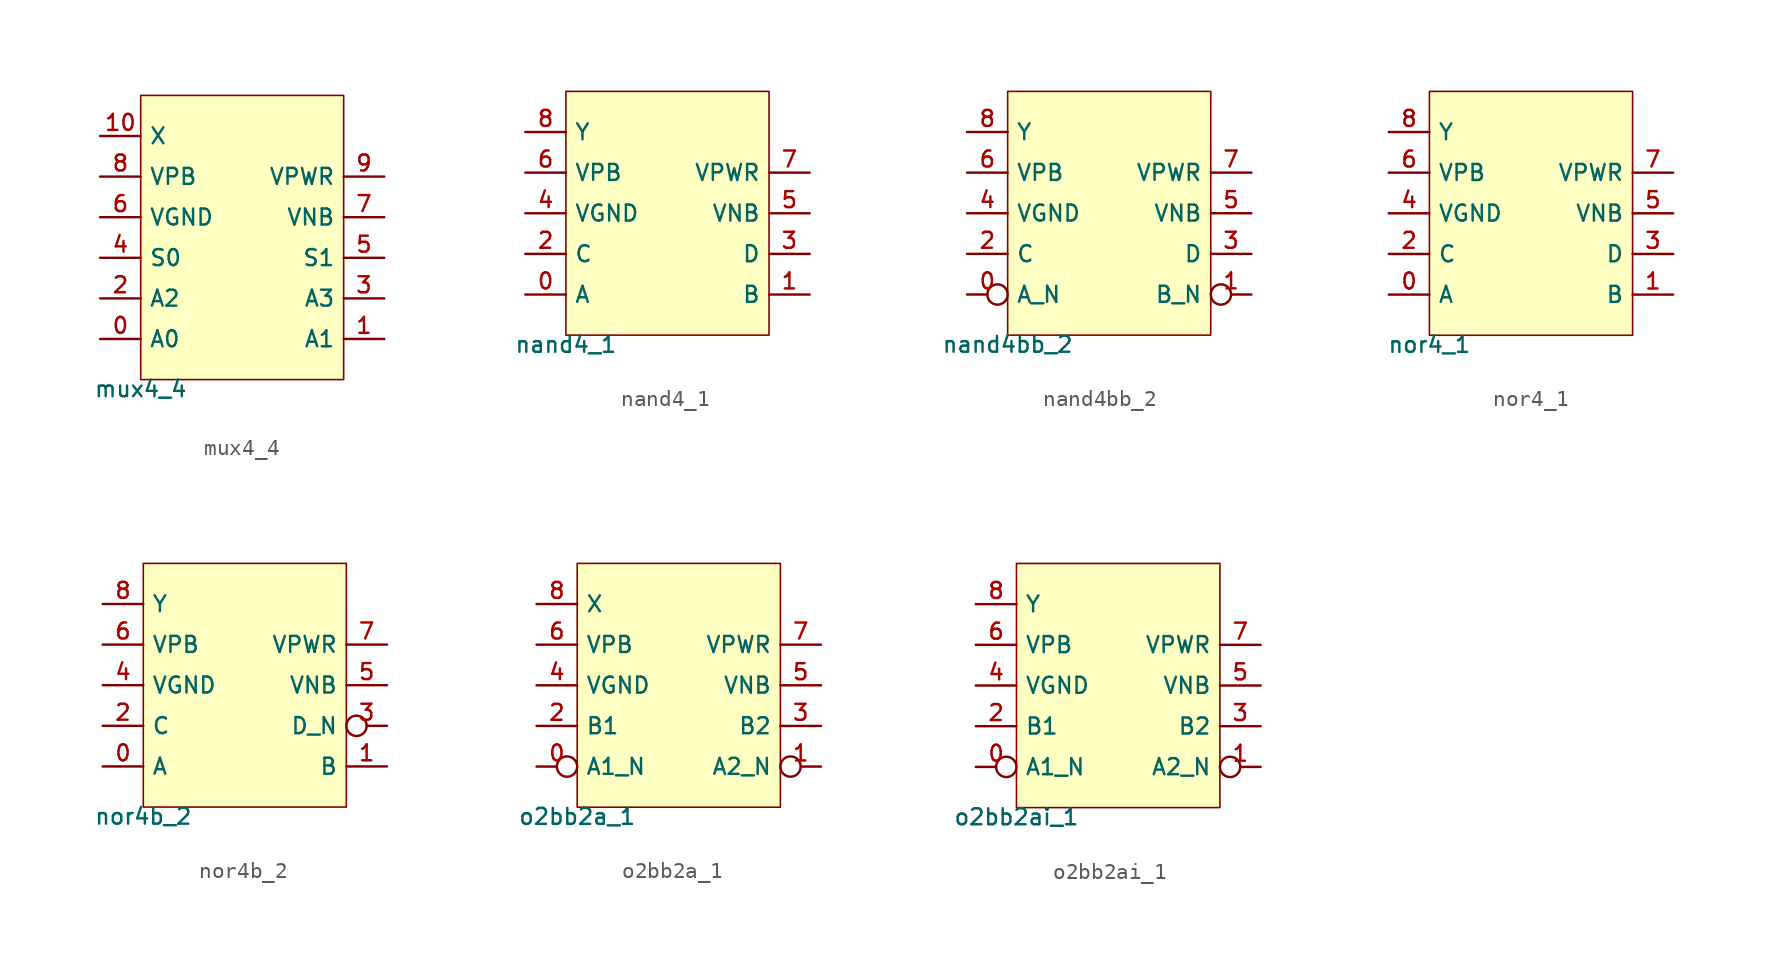
<source format=kicad_sym>
(kicad_symbol_lib
  (version 20211014)
  (generator pdk2kicad)
  (symbol "mux4_4"
    (property "Reference" "X"
      (at 0 0 0)
      (effects (font (size 1 1)) hide))
    (property "Value" "mux4_4"
      (at -6.35 -8.89 0)
      (effects (font (size 1 1)) (justify top)))
    (rectangle
      (start -6.35 -8.89)
      (end 6.35 8.89)
      (stroke (width 0.1) (type solid) (color 0 0 0 0))
      (fill (type background)))
    (pin bidirectional line
      (at -8.89 -6.35 0)
      (length 2.54)
      (name "A0" (effects (font (size 1 1)) hide))
      (number "0" (effects (font (size 1 1)) hide)))
    (pin bidirectional line
      (at 8.89 -6.35 180)
      (length 2.54)
      (name "A1" (effects (font (size 1 1)) hide))
      (number "1" (effects (font (size 1 1)) hide)))
    (pin bidirectional line
      (at -8.89 -3.81 0)
      (length 2.54)
      (name "A2" (effects (font (size 1 1)) hide))
      (number "2" (effects (font (size 1 1)) hide)))
    (pin bidirectional line
      (at 8.89 -3.81 180)
      (length 2.54)
      (name "A3" (effects (font (size 1 1)) hide))
      (number "3" (effects (font (size 1 1)) hide)))
    (pin bidirectional line
      (at -8.89 -1.27 0)
      (length 2.54)
      (name "S0" (effects (font (size 1 1)) hide))
      (number "4" (effects (font (size 1 1)) hide)))
    (pin bidirectional line
      (at 8.89 -1.27 180)
      (length 2.54)
      (name "S1" (effects (font (size 1 1)) hide))
      (number "5" (effects (font (size 1 1)) hide)))
    (pin bidirectional line
      (at -8.89 1.27 0)
      (length 2.54)
      (name "VGND" (effects (font (size 1 1)) hide))
      (number "6" (effects (font (size 1 1)) hide)))
    (pin bidirectional line
      (at 8.89 1.27 180)
      (length 2.54)
      (name "VNB" (effects (font (size 1 1)) hide))
      (number "7" (effects (font (size 1 1)) hide)))
    (pin bidirectional line
      (at -8.89 3.81 0)
      (length 2.54)
      (name "VPB" (effects (font (size 1 1)) hide))
      (number "8" (effects (font (size 1 1)) hide)))
    (pin bidirectional line
      (at 8.89 3.81 180)
      (length 2.54)
      (name "VPWR" (effects (font (size 1 1)) hide))
      (number "9" (effects (font (size 1 1)) hide)))
    (pin bidirectional line
      (at -8.89 6.35 0)
      (length 2.54)
      (name "X" (effects (font (size 1 1)) hide))
      (number "10" (effects (font (size 1 1)) hide))))
  (symbol "nand4_1"
    (property "Reference" "X"
      (at 0 0 0)
      (effects (font (size 1 1)) hide))
    (property "Value" "nand4_1"
      (at -6.35 -7.62 0)
      (effects (font (size 1 1)) (justify top)))
    (rectangle
      (start -6.35 -7.62)
      (end 6.35 7.62)
      (stroke (width 0.1) (type solid) (color 0 0 0 0))
      (fill (type background)))
    (pin bidirectional line
      (at -8.89 -5.08 0)
      (length 2.54)
      (name "A" (effects (font (size 1 1)) hide))
      (number "0" (effects (font (size 1 1)) hide)))
    (pin bidirectional line
      (at 8.89 -5.08 180)
      (length 2.54)
      (name "B" (effects (font (size 1 1)) hide))
      (number "1" (effects (font (size 1 1)) hide)))
    (pin bidirectional line
      (at -8.89 -2.54 0)
      (length 2.54)
      (name "C" (effects (font (size 1 1)) hide))
      (number "2" (effects (font (size 1 1)) hide)))
    (pin bidirectional line
      (at 8.89 -2.54 180)
      (length 2.54)
      (name "D" (effects (font (size 1 1)) hide))
      (number "3" (effects (font (size 1 1)) hide)))
    (pin bidirectional line
      (at -8.89 8.881784197001252e-16 0)
      (length 2.54)
      (name "VGND" (effects (font (size 1 1)) hide))
      (number "4" (effects (font (size 1 1)) hide)))
    (pin bidirectional line
      (at 8.89 8.881784197001252e-16 180)
      (length 2.54)
      (name "VNB" (effects (font (size 1 1)) hide))
      (number "5" (effects (font (size 1 1)) hide)))
    (pin bidirectional line
      (at -8.89 2.54 0)
      (length 2.54)
      (name "VPB" (effects (font (size 1 1)) hide))
      (number "6" (effects (font (size 1 1)) hide)))
    (pin bidirectional line
      (at 8.89 2.54 180)
      (length 2.54)
      (name "VPWR" (effects (font (size 1 1)) hide))
      (number "7" (effects (font (size 1 1)) hide)))
    (pin bidirectional line
      (at -8.89 5.08 0)
      (length 2.54)
      (name "Y" (effects (font (size 1 1)) hide))
      (number "8" (effects (font (size 1 1)) hide))))
  (symbol "nand4bb_2"
    (property "Reference" "X"
      (at 0 0 0)
      (effects (font (size 1 1)) hide))
    (property "Value" "nand4bb_2"
      (at -6.35 -7.62 0)
      (effects (font (size 1 1)) (justify top)))
    (rectangle
      (start -6.35 -7.62)
      (end 6.35 7.62)
      (stroke (width 0.1) (type solid) (color 0 0 0 0))
      (fill (type background)))
    (pin bidirectional inverted
      (at -8.89 -5.08 0)
      (length 2.54)
      (name "A_N" (effects (font (size 1 1)) hide))
      (number "0" (effects (font (size 1 1)) hide)))
    (pin bidirectional inverted
      (at 8.89 -5.08 180)
      (length 2.54)
      (name "B_N" (effects (font (size 1 1)) hide))
      (number "1" (effects (font (size 1 1)) hide)))
    (pin bidirectional line
      (at -8.89 -2.54 0)
      (length 2.54)
      (name "C" (effects (font (size 1 1)) hide))
      (number "2" (effects (font (size 1 1)) hide)))
    (pin bidirectional line
      (at 8.89 -2.54 180)
      (length 2.54)
      (name "D" (effects (font (size 1 1)) hide))
      (number "3" (effects (font (size 1 1)) hide)))
    (pin bidirectional line
      (at -8.89 8.881784197001252e-16 0)
      (length 2.54)
      (name "VGND" (effects (font (size 1 1)) hide))
      (number "4" (effects (font (size 1 1)) hide)))
    (pin bidirectional line
      (at 8.89 8.881784197001252e-16 180)
      (length 2.54)
      (name "VNB" (effects (font (size 1 1)) hide))
      (number "5" (effects (font (size 1 1)) hide)))
    (pin bidirectional line
      (at -8.89 2.54 0)
      (length 2.54)
      (name "VPB" (effects (font (size 1 1)) hide))
      (number "6" (effects (font (size 1 1)) hide)))
    (pin bidirectional line
      (at 8.89 2.54 180)
      (length 2.54)
      (name "VPWR" (effects (font (size 1 1)) hide))
      (number "7" (effects (font (size 1 1)) hide)))
    (pin bidirectional line
      (at -8.89 5.08 0)
      (length 2.54)
      (name "Y" (effects (font (size 1 1)) hide))
      (number "8" (effects (font (size 1 1)) hide))))
  (symbol "nor4_1"
    (property "Reference" "X"
      (at 0 0 0)
      (effects (font (size 1 1)) hide))
    (property "Value" "nor4_1"
      (at -6.35 -7.62 0)
      (effects (font (size 1 1)) (justify top)))
    (rectangle
      (start -6.35 -7.62)
      (end 6.35 7.62)
      (stroke (width 0.1) (type solid) (color 0 0 0 0))
      (fill (type background)))
    (pin bidirectional line
      (at -8.89 -5.08 0)
      (length 2.54)
      (name "A" (effects (font (size 1 1)) hide))
      (number "0" (effects (font (size 1 1)) hide)))
    (pin bidirectional line
      (at 8.89 -5.08 180)
      (length 2.54)
      (name "B" (effects (font (size 1 1)) hide))
      (number "1" (effects (font (size 1 1)) hide)))
    (pin bidirectional line
      (at -8.89 -2.54 0)
      (length 2.54)
      (name "C" (effects (font (size 1 1)) hide))
      (number "2" (effects (font (size 1 1)) hide)))
    (pin bidirectional line
      (at 8.89 -2.54 180)
      (length 2.54)
      (name "D" (effects (font (size 1 1)) hide))
      (number "3" (effects (font (size 1 1)) hide)))
    (pin bidirectional line
      (at -8.89 8.881784197001252e-16 0)
      (length 2.54)
      (name "VGND" (effects (font (size 1 1)) hide))
      (number "4" (effects (font (size 1 1)) hide)))
    (pin bidirectional line
      (at 8.89 8.881784197001252e-16 180)
      (length 2.54)
      (name "VNB" (effects (font (size 1 1)) hide))
      (number "5" (effects (font (size 1 1)) hide)))
    (pin bidirectional line
      (at -8.89 2.54 0)
      (length 2.54)
      (name "VPB" (effects (font (size 1 1)) hide))
      (number "6" (effects (font (size 1 1)) hide)))
    (pin bidirectional line
      (at 8.89 2.54 180)
      (length 2.54)
      (name "VPWR" (effects (font (size 1 1)) hide))
      (number "7" (effects (font (size 1 1)) hide)))
    (pin bidirectional line
      (at -8.89 5.08 0)
      (length 2.54)
      (name "Y" (effects (font (size 1 1)) hide))
      (number "8" (effects (font (size 1 1)) hide))))
  (symbol "nor4b_2"
    (property "Reference" "X"
      (at 0 0 0)
      (effects (font (size 1 1)) hide))
    (property "Value" "nor4b_2"
      (at -6.35 -7.62 0)
      (effects (font (size 1 1)) (justify top)))
    (rectangle
      (start -6.35 -7.62)
      (end 6.35 7.62)
      (stroke (width 0.1) (type solid) (color 0 0 0 0))
      (fill (type background)))
    (pin bidirectional line
      (at -8.89 -5.08 0)
      (length 2.54)
      (name "A" (effects (font (size 1 1)) hide))
      (number "0" (effects (font (size 1 1)) hide)))
    (pin bidirectional line
      (at 8.89 -5.08 180)
      (length 2.54)
      (name "B" (effects (font (size 1 1)) hide))
      (number "1" (effects (font (size 1 1)) hide)))
    (pin bidirectional line
      (at -8.89 -2.54 0)
      (length 2.54)
      (name "C" (effects (font (size 1 1)) hide))
      (number "2" (effects (font (size 1 1)) hide)))
    (pin bidirectional inverted
      (at 8.89 -2.54 180)
      (length 2.54)
      (name "D_N" (effects (font (size 1 1)) hide))
      (number "3" (effects (font (size 1 1)) hide)))
    (pin bidirectional line
      (at -8.89 8.881784197001252e-16 0)
      (length 2.54)
      (name "VGND" (effects (font (size 1 1)) hide))
      (number "4" (effects (font (size 1 1)) hide)))
    (pin bidirectional line
      (at 8.89 8.881784197001252e-16 180)
      (length 2.54)
      (name "VNB" (effects (font (size 1 1)) hide))
      (number "5" (effects (font (size 1 1)) hide)))
    (pin bidirectional line
      (at -8.89 2.54 0)
      (length 2.54)
      (name "VPB" (effects (font (size 1 1)) hide))
      (number "6" (effects (font (size 1 1)) hide)))
    (pin bidirectional line
      (at 8.89 2.54 180)
      (length 2.54)
      (name "VPWR" (effects (font (size 1 1)) hide))
      (number "7" (effects (font (size 1 1)) hide)))
    (pin bidirectional line
      (at -8.89 5.08 0)
      (length 2.54)
      (name "Y" (effects (font (size 1 1)) hide))
      (number "8" (effects (font (size 1 1)) hide))))
  (symbol "o2bb2a_1"
    (property "Reference" "X"
      (at 0 0 0)
      (effects (font (size 1 1)) hide))
    (property "Value" "o2bb2a_1"
      (at -6.35 -7.62 0)
      (effects (font (size 1 1)) (justify top)))
    (rectangle
      (start -6.35 -7.62)
      (end 6.35 7.62)
      (stroke (width 0.1) (type solid) (color 0 0 0 0))
      (fill (type background)))
    (pin bidirectional inverted
      (at -8.89 -5.08 0)
      (length 2.54)
      (name "A1_N" (effects (font (size 1 1)) hide))
      (number "0" (effects (font (size 1 1)) hide)))
    (pin bidirectional inverted
      (at 8.89 -5.08 180)
      (length 2.54)
      (name "A2_N" (effects (font (size 1 1)) hide))
      (number "1" (effects (font (size 1 1)) hide)))
    (pin bidirectional line
      (at -8.89 -2.54 0)
      (length 2.54)
      (name "B1" (effects (font (size 1 1)) hide))
      (number "2" (effects (font (size 1 1)) hide)))
    (pin bidirectional line
      (at 8.89 -2.54 180)
      (length 2.54)
      (name "B2" (effects (font (size 1 1)) hide))
      (number "3" (effects (font (size 1 1)) hide)))
    (pin bidirectional line
      (at -8.89 8.881784197001252e-16 0)
      (length 2.54)
      (name "VGND" (effects (font (size 1 1)) hide))
      (number "4" (effects (font (size 1 1)) hide)))
    (pin bidirectional line
      (at 8.89 8.881784197001252e-16 180)
      (length 2.54)
      (name "VNB" (effects (font (size 1 1)) hide))
      (number "5" (effects (font (size 1 1)) hide)))
    (pin bidirectional line
      (at -8.89 2.54 0)
      (length 2.54)
      (name "VPB" (effects (font (size 1 1)) hide))
      (number "6" (effects (font (size 1 1)) hide)))
    (pin bidirectional line
      (at 8.89 2.54 180)
      (length 2.54)
      (name "VPWR" (effects (font (size 1 1)) hide))
      (number "7" (effects (font (size 1 1)) hide)))
    (pin bidirectional line
      (at -8.89 5.08 0)
      (length 2.54)
      (name "X" (effects (font (size 1 1)) hide))
      (number "8" (effects (font (size 1 1)) hide))))
  (symbol "o2bb2ai_1"
    (property "Reference" "X"
      (at 0 0 0)
      (effects (font (size 1 1)) hide))
    (property "Value" "o2bb2ai_1"
      (at -6.35 -7.62 0)
      (effects (font (size 1 1)) (justify top)))
    (rectangle
      (start -6.35 -7.62)
      (end 6.35 7.62)
      (stroke (width 0.1) (type solid) (color 0 0 0 0))
      (fill (type background)))
    (pin bidirectional inverted
      (at -8.89 -5.08 0)
      (length 2.54)
      (name "A1_N" (effects (font (size 1 1)) hide))
      (number "0" (effects (font (size 1 1)) hide)))
    (pin bidirectional inverted
      (at 8.89 -5.08 180)
      (length 2.54)
      (name "A2_N" (effects (font (size 1 1)) hide))
      (number "1" (effects (font (size 1 1)) hide)))
    (pin bidirectional line
      (at -8.89 -2.54 0)
      (length 2.54)
      (name "B1" (effects (font (size 1 1)) hide))
      (number "2" (effects (font (size 1 1)) hide)))
    (pin bidirectional line
      (at 8.89 -2.54 180)
      (length 2.54)
      (name "B2" (effects (font (size 1 1)) hide))
      (number "3" (effects (font (size 1 1)) hide)))
    (pin bidirectional line
      (at -8.89 8.881784197001252e-16 0)
      (length 2.54)
      (name "VGND" (effects (font (size 1 1)) hide))
      (number "4" (effects (font (size 1 1)) hide)))
    (pin bidirectional line
      (at 8.89 8.881784197001252e-16 180)
      (length 2.54)
      (name "VNB" (effects (font (size 1 1)) hide))
      (number "5" (effects (font (size 1 1)) hide)))
    (pin bidirectional line
      (at -8.89 2.54 0)
      (length 2.54)
      (name "VPB" (effects (font (size 1 1)) hide))
      (number "6" (effects (font (size 1 1)) hide)))
    (pin bidirectional line
      (at 8.89 2.54 180)
      (length 2.54)
      (name "VPWR" (effects (font (size 1 1)) hide))
      (number "7" (effects (font (size 1 1)) hide)))
    (pin bidirectional line
      (at -8.89 5.08 0)
      (length 2.54)
      (name "Y" (effects (font (size 1 1)) hide))
      (number "8" (effects (font (size 1 1)) hide)))))
</source>
